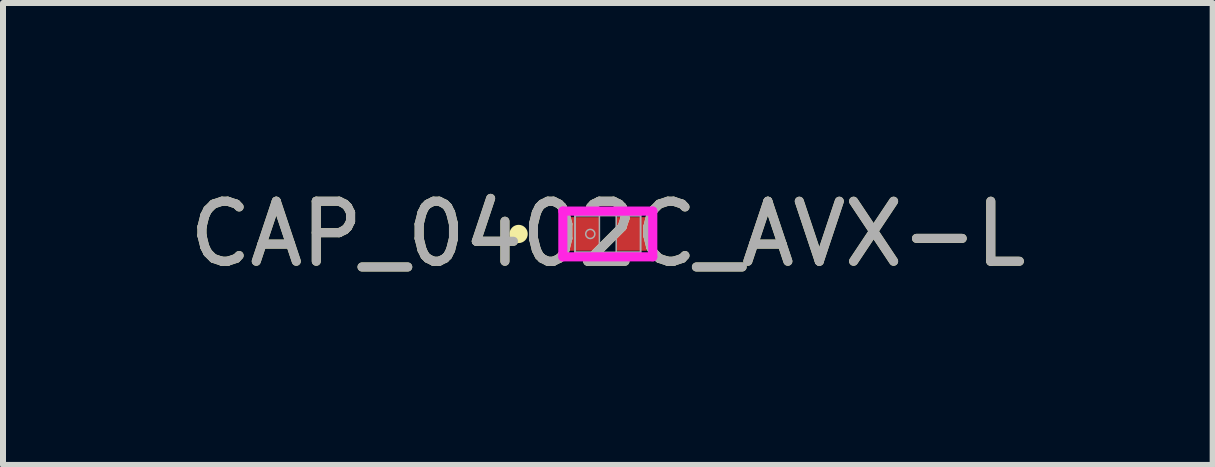
<source format=kicad_pcb>
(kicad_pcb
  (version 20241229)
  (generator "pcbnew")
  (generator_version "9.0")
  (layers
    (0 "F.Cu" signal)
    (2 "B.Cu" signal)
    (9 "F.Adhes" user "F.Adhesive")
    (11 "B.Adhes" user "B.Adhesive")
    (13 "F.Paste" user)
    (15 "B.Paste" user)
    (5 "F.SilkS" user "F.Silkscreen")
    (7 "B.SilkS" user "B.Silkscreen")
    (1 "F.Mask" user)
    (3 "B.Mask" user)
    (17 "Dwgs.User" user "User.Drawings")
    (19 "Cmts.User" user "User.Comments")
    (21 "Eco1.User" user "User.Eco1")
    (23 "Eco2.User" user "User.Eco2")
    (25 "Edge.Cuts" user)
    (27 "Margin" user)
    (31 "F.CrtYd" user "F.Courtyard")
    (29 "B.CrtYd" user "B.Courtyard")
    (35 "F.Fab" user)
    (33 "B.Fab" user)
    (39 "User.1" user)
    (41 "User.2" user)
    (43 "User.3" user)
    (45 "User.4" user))
  (footprint "CAP_0402C_AVX-L"
    (layer "F.Cu")
    (at 7.077 0.848)
    (property "Reference" "CAP_0402C_AVX-L" (at 0 0 0) (unlocked yes) (layer "F.SilkS") (effects (font (size 1 1) (thickness 0.15))))
    (attr smd)
    (fp_circle (center -1.486 0) (end -1.41 0) (stroke (width 0.152) (type solid)) (fill no) (layer "F.SilkS"))
    (fp_line (start -0.749 -0.381) (end 0.749 -0.381) (stroke (width 0.152) (type solid)) (layer "F.CrtYd"))
    (fp_line (start -0.749 0.381) (end -0.749 -0.381) (stroke (width 0.152) (type solid)) (layer "F.CrtYd"))
    (fp_line (start 0.749 -0.381) (end 0.749 0.381) (stroke (width 0.152) (type solid)) (layer "F.CrtYd"))
    (fp_line (start 0.749 0.381) (end -0.749 0.381) (stroke (width 0.152) (type solid)) (layer "F.CrtYd"))
    (fp_line (start -0.546 -0.305) (end -0.546 0.305) (stroke (width 0.025) (type solid)) (layer "F.Fab"))
    (fp_line (start -0.546 -0.305) (end -0.546 0.305) (stroke (width 0.025) (type solid)) (layer "F.Fab"))
    (fp_line (start -0.546 0.305) (end -0.14 0.305) (stroke (width 0.025) (type solid)) (layer "F.Fab"))
    (fp_line (start -0.546 0.305) (end 0.546 0.305) (stroke (width 0.025) (type solid)) (layer "F.Fab"))
    (fp_line (start -0.14 -0.305) (end -0.546 -0.305) (stroke (width 0.025) (type solid)) (layer "F.Fab"))
    (fp_line (start -0.14 0.305) (end -0.14 -0.305) (stroke (width 0.025) (type solid)) (layer "F.Fab"))
    (fp_line (start 0.14 -0.305) (end 0.14 0.305) (stroke (width 0.025) (type solid)) (layer "F.Fab"))
    (fp_line (start 0.14 0.305) (end 0.546 0.305) (stroke (width 0.025) (type solid)) (layer "F.Fab"))
    (fp_line (start 0.546 -0.305) (end -0.546 -0.305) (stroke (width 0.025) (type solid)) (layer "F.Fab"))
    (fp_line (start 0.546 -0.305) (end 0.14 -0.305) (stroke (width 0.025) (type solid)) (layer "F.Fab"))
    (fp_line (start 0.546 0.305) (end 0.546 -0.305) (stroke (width 0.025) (type solid)) (layer "F.Fab"))
    (fp_line (start 0.546 0.305) (end 0.546 -0.305) (stroke (width 0.025) (type solid)) (layer "F.Fab"))
    (fp_circle (center -0.292 0) (end -0.216 0) (stroke (width 0.025) (type solid)) (fill no) (layer "F.Fab"))
    (fp_text user "${REFERENCE}" (at 0 0 0) (unlocked yes) (layer "F.Fab") (effects (font (size 1 1) (thickness 0.15))))
    (pad "1" smd rect (at -0.394 0) (size 0.508 0.559) (layers "F.Cu" "F.Mask" "F.Paste"))
    (pad "2" smd rect (at 0.394 0) (size 0.508 0.559) (layers "F.Cu" "F.Mask" "F.Paste"))
    (zone (net_name "") (layer "F.Cu") (hatch full 0.508) (connect_pads) (min_thickness 0.254) (filled_areas_thickness no) (keepout (tracks not_allowed) (vias not_allowed) (pads allowed) (copperpour not_allowed) (footprints allowed)) (placement (enabled no)) (fill) (polygon (pts (xy 6.988 0.594) (xy 7.166 0.594) (xy 7.166 1.102) (xy 6.988 1.102)))))
  (gr_rect
    (start -3 -3)
    (end 17.155 4.697)
    (stroke (width 0.1) (type default))
    (fill no)
    (layer "Edge.Cuts")))
</source>
